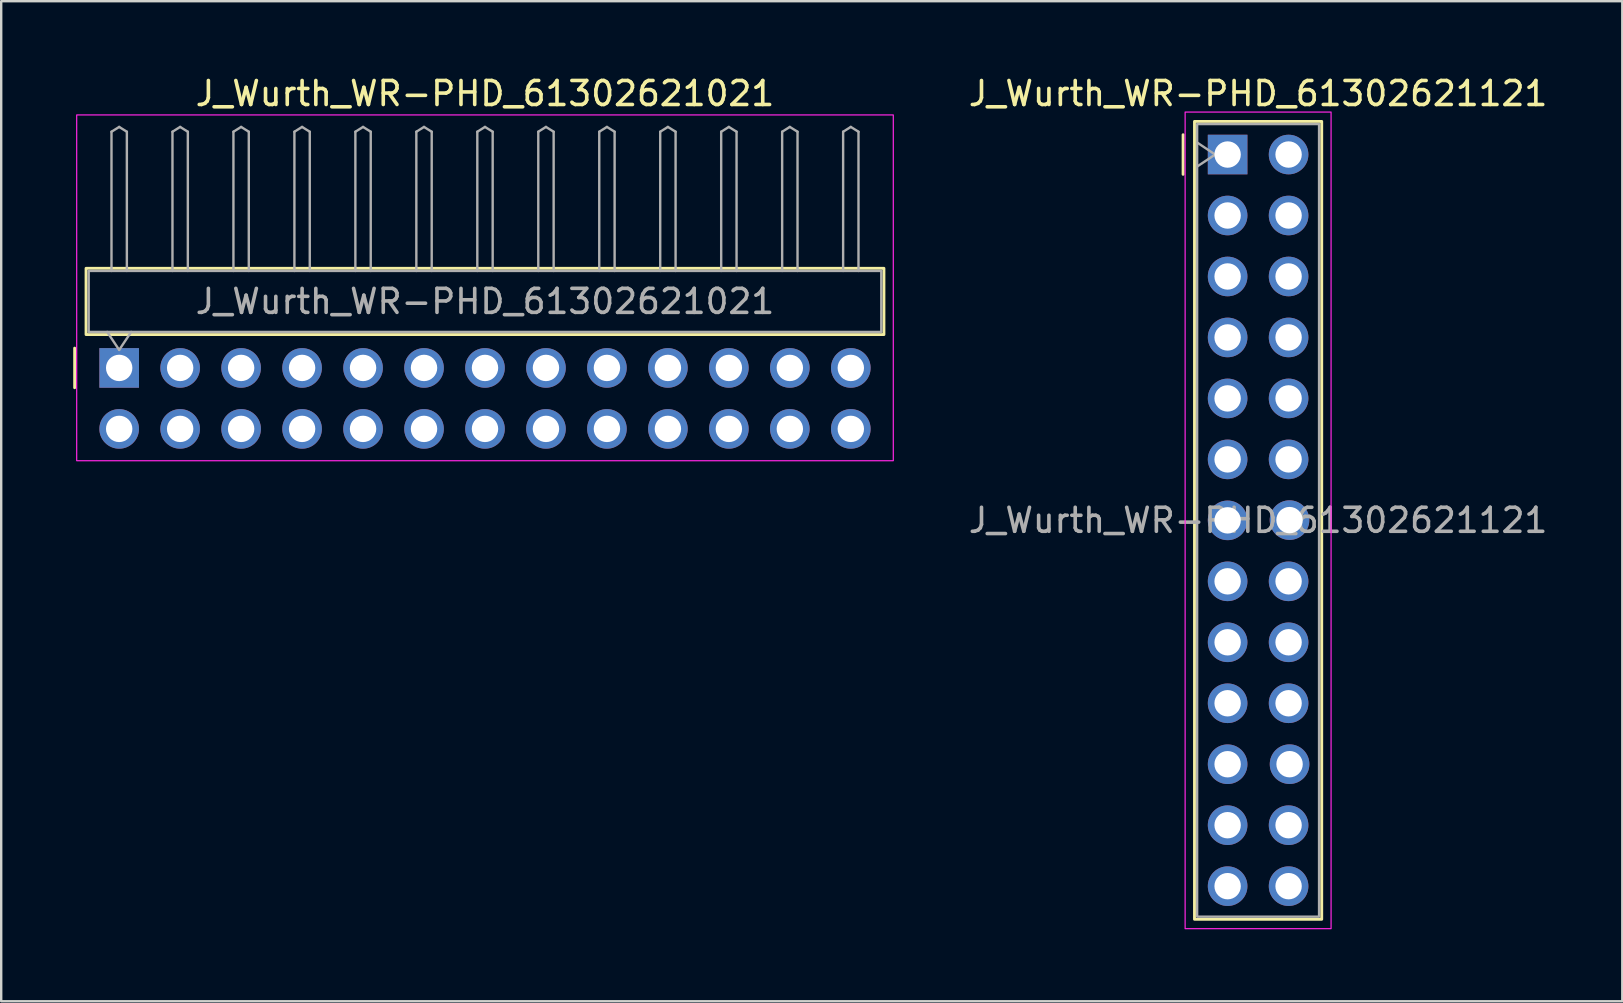
<source format=kicad_pcb>
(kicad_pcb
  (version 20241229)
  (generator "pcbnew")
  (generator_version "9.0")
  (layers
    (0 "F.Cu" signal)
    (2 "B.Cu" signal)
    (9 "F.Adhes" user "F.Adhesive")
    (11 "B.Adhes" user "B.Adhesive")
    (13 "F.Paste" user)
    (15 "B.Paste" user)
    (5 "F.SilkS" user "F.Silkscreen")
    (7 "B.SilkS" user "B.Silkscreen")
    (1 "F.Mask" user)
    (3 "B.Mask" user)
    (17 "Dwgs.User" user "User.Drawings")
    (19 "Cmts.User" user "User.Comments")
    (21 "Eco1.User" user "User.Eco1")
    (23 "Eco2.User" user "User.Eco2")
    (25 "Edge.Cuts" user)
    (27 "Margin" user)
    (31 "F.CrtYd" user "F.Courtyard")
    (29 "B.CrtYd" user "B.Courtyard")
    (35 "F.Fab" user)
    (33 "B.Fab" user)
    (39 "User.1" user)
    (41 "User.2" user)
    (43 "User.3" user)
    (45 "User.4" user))
  (footprint "J_Wurth_WR-PHD_61302621121"
    (layer "F.Cu")
    (at 48.093 3.388)
    (property "Reference" "J_Wurth_WR-PHD_61302621121" (at 1.27 -2.54 0) (unlocked yes) (layer "F.SilkS") (effects (font (size 1 1) (thickness 0.15))))
    (attr through_hole)
    (fp_line (start -1.855 -0.825) (end -1.855 0.825) (stroke (width 0.12) (type solid)) (layer "F.SilkS"))
    (fp_rect (start -1.38 -1.38) (end 3.92 31.86) (stroke (width 0.12) (type solid)) (fill no) (layer "F.SilkS"))
    (fp_rect (start -1.77 -1.77) (end 4.31 32.25) (stroke (width 0.05) (type solid)) (fill no) (layer "F.CrtYd"))
    (fp_line (start -1.27 -0.5) (end -0.52 0) (stroke (width 0.1) (type solid)) (layer "F.Fab"))
    (fp_line (start -0.52 0) (end -1.27 0.5) (stroke (width 0.1) (type solid)) (layer "F.Fab"))
    (fp_rect (start -1.27 -1.27) (end 3.81 31.75) (stroke (width 0.1) (type solid)) (fill no) (layer "F.Fab"))
    (fp_text user "${REFERENCE}" (at 1.27 15.24 0) (unlocked yes) (layer "F.Fab") (effects (font (size 1 1) (thickness 0.15))))
    (pad "1" thru_hole rect (at 0 0 270) (size 1.65 1.65) (drill 1.1) (layers "*.Cu" "*.Mask"))
    (pad "2" thru_hole circle (at 2.54 0 270) (size 1.65 1.65) (drill 1.1) (layers "*.Cu" "*.Mask"))
    (pad "3" thru_hole circle (at 0 2.54 270) (size 1.65 1.65) (drill 1.1) (layers "*.Cu" "*.Mask"))
    (pad "4" thru_hole circle (at 2.54 2.54 270) (size 1.65 1.65) (drill 1.1) (layers "*.Cu" "*.Mask"))
    (pad "5" thru_hole circle (at 0 5.08 270) (size 1.65 1.65) (drill 1.1) (layers "*.Cu" "*.Mask"))
    (pad "6" thru_hole circle (at 2.54 5.08 270) (size 1.65 1.65) (drill 1.1) (layers "*.Cu" "*.Mask"))
    (pad "7" thru_hole circle (at 0 7.62 270) (size 1.65 1.65) (drill 1.1) (layers "*.Cu" "*.Mask"))
    (pad "8" thru_hole circle (at 2.54 7.62 270) (size 1.65 1.65) (drill 1.1) (layers "*.Cu" "*.Mask"))
    (pad "9" thru_hole circle (at 0 10.16 270) (size 1.65 1.65) (drill 1.1) (layers "*.Cu" "*.Mask"))
    (pad "10" thru_hole circle (at 2.54 10.16 270) (size 1.65 1.65) (drill 1.1) (layers "*.Cu" "*.Mask"))
    (pad "11" thru_hole circle (at 0 12.7 270) (size 1.65 1.65) (drill 1.1) (layers "*.Cu" "*.Mask"))
    (pad "12" thru_hole circle (at 2.54 12.7 270) (size 1.65 1.65) (drill 1.1) (layers "*.Cu" "*.Mask"))
    (pad "13" thru_hole circle (at 0 15.24 270) (size 1.65 1.65) (drill 1.1) (layers "*.Cu" "*.Mask"))
    (pad "14" thru_hole circle (at 2.579 15.23 270) (size 1.65 1.65) (drill 1.1) (layers "*.Cu" "*.Mask"))
    (pad "15" thru_hole circle (at 0 17.78 270) (size 1.65 1.65) (drill 1.1) (layers "*.Cu" "*.Mask"))
    (pad "16" thru_hole circle (at 2.54 17.78 270) (size 1.65 1.65) (drill 1.1) (layers "*.Cu" "*.Mask"))
    (pad "17" thru_hole circle (at 0 20.32 270) (size 1.65 1.65) (drill 1.1) (layers "*.Cu" "*.Mask"))
    (pad "18" thru_hole circle (at 2.54 20.32 270) (size 1.65 1.65) (drill 1.1) (layers "*.Cu" "*.Mask"))
    (pad "19" thru_hole circle (at 0 22.86 270) (size 1.65 1.65) (drill 1.1) (layers "*.Cu" "*.Mask"))
    (pad "20" thru_hole circle (at 2.54 22.86 270) (size 1.65 1.65) (drill 1.1) (layers "*.Cu" "*.Mask"))
    (pad "21" thru_hole circle (at 0 25.4 270) (size 1.65 1.65) (drill 1.1) (layers "*.Cu" "*.Mask"))
    (pad "22" thru_hole circle (at 2.581 25.398 270) (size 1.65 1.65) (drill 1.1) (layers "*.Cu" "*.Mask"))
    (pad "23" thru_hole circle (at 0 27.94 270) (size 1.65 1.65) (drill 1.1) (layers "*.Cu" "*.Mask"))
    (pad "24" thru_hole circle (at 2.54 27.94 270) (size 1.65 1.65) (drill 1.1) (layers "*.Cu" "*.Mask"))
    (pad "25" thru_hole circle (at 0 30.48 270) (size 1.65 1.65) (drill 1.1) (layers "*.Cu" "*.Mask"))
    (pad "26" thru_hole circle (at 2.54 30.48 270) (size 1.65 1.65) (drill 1.1) (layers "*.Cu" "*.Mask")))
  (footprint "J_Wurth_WR-PHD_61302621021"
    (layer "F.Cu")
    (at 1.915 12.278)
    (property "Reference" "J_Wurth_WR-PHD_61302621021" (at 15.24 -11.43 0) (unlocked yes) (layer "F.SilkS") (effects (font (size 1 1) (thickness 0.15))))
    (attr through_hole)
    (fp_line (start -1.855 -0.825) (end -1.855 0.825) (stroke (width 0.12) (type solid)) (layer "F.SilkS"))
    (fp_rect (start -1.38 -4.15) (end 31.86 -1.39) (stroke (width 0.12) (type solid)) (fill no) (layer "F.SilkS"))
    (fp_rect (start -1.77 -10.54) (end 32.25 3.865) (stroke (width 0.05) (type solid)) (fill no) (layer "F.CrtYd"))
    (fp_line (start -0.32 -9.84) (end -0.32 -4.04) (stroke (width 0.1) (type solid)) (layer "F.Fab"))
    (fp_line (start 0 -10.04) (end -0.32 -9.84) (stroke (width 0.1) (type solid)) (layer "F.Fab"))
    (fp_line (start 0 -0.75) (end -0.5 -1.5) (stroke (width 0.1) (type solid)) (layer "F.Fab"))
    (fp_line (start 0 -0.75) (end 0.5 -1.5) (stroke (width 0.1) (type solid)) (layer "F.Fab"))
    (fp_line (start 0.32 -9.84) (end 0 -10.04) (stroke (width 0.1) (type default)) (layer "F.Fab"))
    (fp_line (start 0.32 -4.04) (end 0.32 -9.84) (stroke (width 0.1) (type solid)) (layer "F.Fab"))
    (fp_line (start 2.22 -9.84) (end 2.22 -4.04) (stroke (width 0.1) (type solid)) (layer "F.Fab"))
    (fp_line (start 2.54 -10.04) (end 2.22 -9.84) (stroke (width 0.1) (type solid)) (layer "F.Fab"))
    (fp_line (start 2.86 -9.84) (end 2.54 -10.04) (stroke (width 0.1) (type default)) (layer "F.Fab"))
    (fp_line (start 2.86 -4.04) (end 2.86 -9.84) (stroke (width 0.1) (type solid)) (layer "F.Fab"))
    (fp_line (start 4.76 -9.84) (end 4.76 -4.04) (stroke (width 0.1) (type solid)) (layer "F.Fab"))
    (fp_line (start 5.08 -10.04) (end 4.76 -9.84) (stroke (width 0.1) (type solid)) (layer "F.Fab"))
    (fp_line (start 5.4 -9.84) (end 5.08 -10.04) (stroke (width 0.1) (type default)) (layer "F.Fab"))
    (fp_line (start 5.4 -4.04) (end 5.4 -9.84) (stroke (width 0.1) (type solid)) (layer "F.Fab"))
    (fp_line (start 7.3 -9.84) (end 7.3 -4.04) (stroke (width 0.1) (type solid)) (layer "F.Fab"))
    (fp_line (start 7.62 -10.04) (end 7.3 -9.84) (stroke (width 0.1) (type solid)) (layer "F.Fab"))
    (fp_line (start 7.94 -9.84) (end 7.62 -10.04) (stroke (width 0.1) (type default)) (layer "F.Fab"))
    (fp_line (start 7.94 -4.04) (end 7.94 -9.84) (stroke (width 0.1) (type solid)) (layer "F.Fab"))
    (fp_line (start 9.84 -9.84) (end 9.84 -4.04) (stroke (width 0.1) (type solid)) (layer "F.Fab"))
    (fp_line (start 10.16 -10.04) (end 9.84 -9.84) (stroke (width 0.1) (type solid)) (layer "F.Fab"))
    (fp_line (start 10.48 -9.84) (end 10.16 -10.04) (stroke (width 0.1) (type solid)) (layer "F.Fab"))
    (fp_line (start 10.48 -4.04) (end 10.48 -9.84) (stroke (width 0.1) (type solid)) (layer "F.Fab"))
    (fp_line (start 12.38 -9.84) (end 12.38 -4.04) (stroke (width 0.1) (type solid)) (layer "F.Fab"))
    (fp_line (start 12.7 -10.04) (end 12.38 -9.84) (stroke (width 0.1) (type solid)) (layer "F.Fab"))
    (fp_line (start 13.02 -9.84) (end 12.7 -10.04) (stroke (width 0.1) (type solid)) (layer "F.Fab"))
    (fp_line (start 13.02 -4.04) (end 13.02 -9.84) (stroke (width 0.1) (type solid)) (layer "F.Fab"))
    (fp_line (start 14.92 -9.84) (end 14.92 -4.04) (stroke (width 0.1) (type solid)) (layer "F.Fab"))
    (fp_line (start 15.24 -10.04) (end 14.92 -9.84) (stroke (width 0.1) (type solid)) (layer "F.Fab"))
    (fp_line (start 15.56 -9.84) (end 15.24 -10.04) (stroke (width 0.1) (type solid)) (layer "F.Fab"))
    (fp_line (start 15.56 -4.04) (end 15.56 -9.84) (stroke (width 0.1) (type solid)) (layer "F.Fab"))
    (fp_line (start 17.46 -9.84) (end 17.46 -4.04) (stroke (width 0.1) (type solid)) (layer "F.Fab"))
    (fp_line (start 17.78 -10.04) (end 17.46 -9.84) (stroke (width 0.1) (type solid)) (layer "F.Fab"))
    (fp_line (start 17.78 -10.04) (end 18.1 -9.84) (stroke (width 0.1) (type solid)) (layer "F.Fab"))
    (fp_line (start 18.1 -4.04) (end 18.1 -9.84) (stroke (width 0.1) (type solid)) (layer "F.Fab"))
    (fp_line (start 20 -9.84) (end 20 -4.04) (stroke (width 0.1) (type solid)) (layer "F.Fab"))
    (fp_line (start 20.32 -10.04) (end 20 -9.84) (stroke (width 0.1) (type solid)) (layer "F.Fab"))
    (fp_line (start 20.32 -10.04) (end 20.64 -9.84) (stroke (width 0.1) (type solid)) (layer "F.Fab"))
    (fp_line (start 20.64 -4.04) (end 20.64 -9.84) (stroke (width 0.1) (type solid)) (layer "F.Fab"))
    (fp_line (start 22.54 -9.84) (end 22.54 -4.04) (stroke (width 0.1) (type solid)) (layer "F.Fab"))
    (fp_line (start 22.86 -10.04) (end 22.54 -9.84) (stroke (width 0.1) (type solid)) (layer "F.Fab"))
    (fp_line (start 22.86 -10.04) (end 23.18 -9.84) (stroke (width 0.1) (type solid)) (layer "F.Fab"))
    (fp_line (start 23.18 -4.04) (end 23.18 -9.84) (stroke (width 0.1) (type solid)) (layer "F.Fab"))
    (fp_line (start 25.08 -9.84) (end 25.08 -4.04) (stroke (width 0.1) (type solid)) (layer "F.Fab"))
    (fp_line (start 25.4 -10.04) (end 25.08 -9.84) (stroke (width 0.1) (type solid)) (layer "F.Fab"))
    (fp_line (start 25.4 -10.04) (end 25.72 -9.84) (stroke (width 0.1) (type solid)) (layer "F.Fab"))
    (fp_line (start 25.72 -4.04) (end 25.72 -9.84) (stroke (width 0.1) (type solid)) (layer "F.Fab"))
    (fp_line (start 27.62 -9.84) (end 27.62 -4.04) (stroke (width 0.1) (type solid)) (layer "F.Fab"))
    (fp_line (start 27.94 -10.04) (end 27.62 -9.84) (stroke (width 0.1) (type solid)) (layer "F.Fab"))
    (fp_line (start 27.94 -10.04) (end 28.26 -9.84) (stroke (width 0.1) (type solid)) (layer "F.Fab"))
    (fp_line (start 28.26 -4.04) (end 28.26 -9.84) (stroke (width 0.1) (type solid)) (layer "F.Fab"))
    (fp_line (start 30.16 -9.84) (end 30.16 -4.04) (stroke (width 0.1) (type solid)) (layer "F.Fab"))
    (fp_line (start 30.48 -10.04) (end 30.16 -9.84) (stroke (width 0.1) (type solid)) (layer "F.Fab"))
    (fp_line (start 30.48 -10.04) (end 30.8 -9.84) (stroke (width 0.1) (type solid)) (layer "F.Fab"))
    (fp_line (start 30.8 -4.04) (end 30.8 -9.84) (stroke (width 0.1) (type solid)) (layer "F.Fab"))
    (fp_rect (start -1.27 -4.04) (end 31.75 -1.5) (stroke (width 0.1) (type solid)) (fill no) (layer "F.Fab"))
    (fp_text user "${REFERENCE}" (at 15.24 -2.77 0) (unlocked yes) (layer "F.Fab") (effects (font (size 1 1) (thickness 0.15))))
    (pad "1" thru_hole rect (at 0 0 180) (size 1.65 1.65) (drill 1.1) (layers "*.Cu" "*.Mask"))
    (pad "2" thru_hole circle (at 0 2.54 180) (size 1.65 1.65) (drill 1.1) (layers "*.Cu" "*.Mask"))
    (pad "3" thru_hole circle (at 2.54 0 180) (size 1.65 1.65) (drill 1.1) (layers "*.Cu" "*.Mask"))
    (pad "4" thru_hole circle (at 2.54 2.54 180) (size 1.65 1.65) (drill 1.1) (layers "*.Cu" "*.Mask"))
    (pad "5" thru_hole circle (at 5.08 0 180) (size 1.65 1.65) (drill 1.1) (layers "*.Cu" "*.Mask"))
    (pad "6" thru_hole circle (at 5.08 2.54 180) (size 1.65 1.65) (drill 1.1) (layers "*.Cu" "*.Mask"))
    (pad "7" thru_hole circle (at 7.62 0 180) (size 1.65 1.65) (drill 1.1) (layers "*.Cu" "*.Mask"))
    (pad "8" thru_hole circle (at 7.62 2.54 180) (size 1.65 1.65) (drill 1.1) (layers "*.Cu" "*.Mask"))
    (pad "9" thru_hole circle (at 10.16 0 180) (size 1.65 1.65) (drill 1.1) (layers "*.Cu" "*.Mask"))
    (pad "10" thru_hole circle (at 10.16 2.54 180) (size 1.65 1.65) (drill 1.1) (layers "*.Cu" "*.Mask"))
    (pad "11" thru_hole circle (at 12.7 0 180) (size 1.65 1.65) (drill 1.1) (layers "*.Cu" "*.Mask"))
    (pad "12" thru_hole circle (at 12.7 2.54 180) (size 1.65 1.65) (drill 1.1) (layers "*.Cu" "*.Mask"))
    (pad "13" thru_hole circle (at 15.24 0 180) (size 1.65 1.65) (drill 1.1) (layers "*.Cu" "*.Mask"))
    (pad "14" thru_hole circle (at 15.24 2.54 180) (size 1.65 1.65) (drill 1.1) (layers "*.Cu" "*.Mask"))
    (pad "15" thru_hole circle (at 17.78 0 180) (size 1.65 1.65) (drill 1.1) (layers "*.Cu" "*.Mask"))
    (pad "16" thru_hole circle (at 17.78 2.54 180) (size 1.65 1.65) (drill 1.1) (layers "*.Cu" "*.Mask"))
    (pad "17" thru_hole circle (at 20.32 0 180) (size 1.65 1.65) (drill 1.1) (layers "*.Cu" "*.Mask"))
    (pad "18" thru_hole circle (at 20.32 2.54 180) (size 1.65 1.65) (drill 1.1) (layers "*.Cu" "*.Mask"))
    (pad "19" thru_hole circle (at 22.86 0 180) (size 1.65 1.65) (drill 1.1) (layers "*.Cu" "*.Mask"))
    (pad "20" thru_hole circle (at 22.86 2.54 180) (size 1.65 1.65) (drill 1.1) (layers "*.Cu" "*.Mask"))
    (pad "21" thru_hole circle (at 25.4 0 180) (size 1.65 1.65) (drill 1.1) (layers "*.Cu" "*.Mask"))
    (pad "22" thru_hole circle (at 25.4 2.54 180) (size 1.65 1.65) (drill 1.1) (layers "*.Cu" "*.Mask"))
    (pad "23" thru_hole circle (at 27.94 0 180) (size 1.65 1.65) (drill 1.1) (layers "*.Cu" "*.Mask"))
    (pad "24" thru_hole circle (at 27.94 2.54 180) (size 1.65 1.65) (drill 1.1) (layers "*.Cu" "*.Mask"))
    (pad "25" thru_hole circle (at 30.48 0 180) (size 1.65 1.65) (drill 1.1) (layers "*.Cu" "*.Mask"))
    (pad "26" thru_hole circle (at 30.48 2.54 180) (size 1.65 1.65) (drill 1.1) (layers "*.Cu" "*.Mask")))
  (gr_rect
    (start -3 -3)
    (end 64.535 38.663)
    (stroke (width 0.1) (type default))
    (fill no)
    (layer "Edge.Cuts")))
</source>
